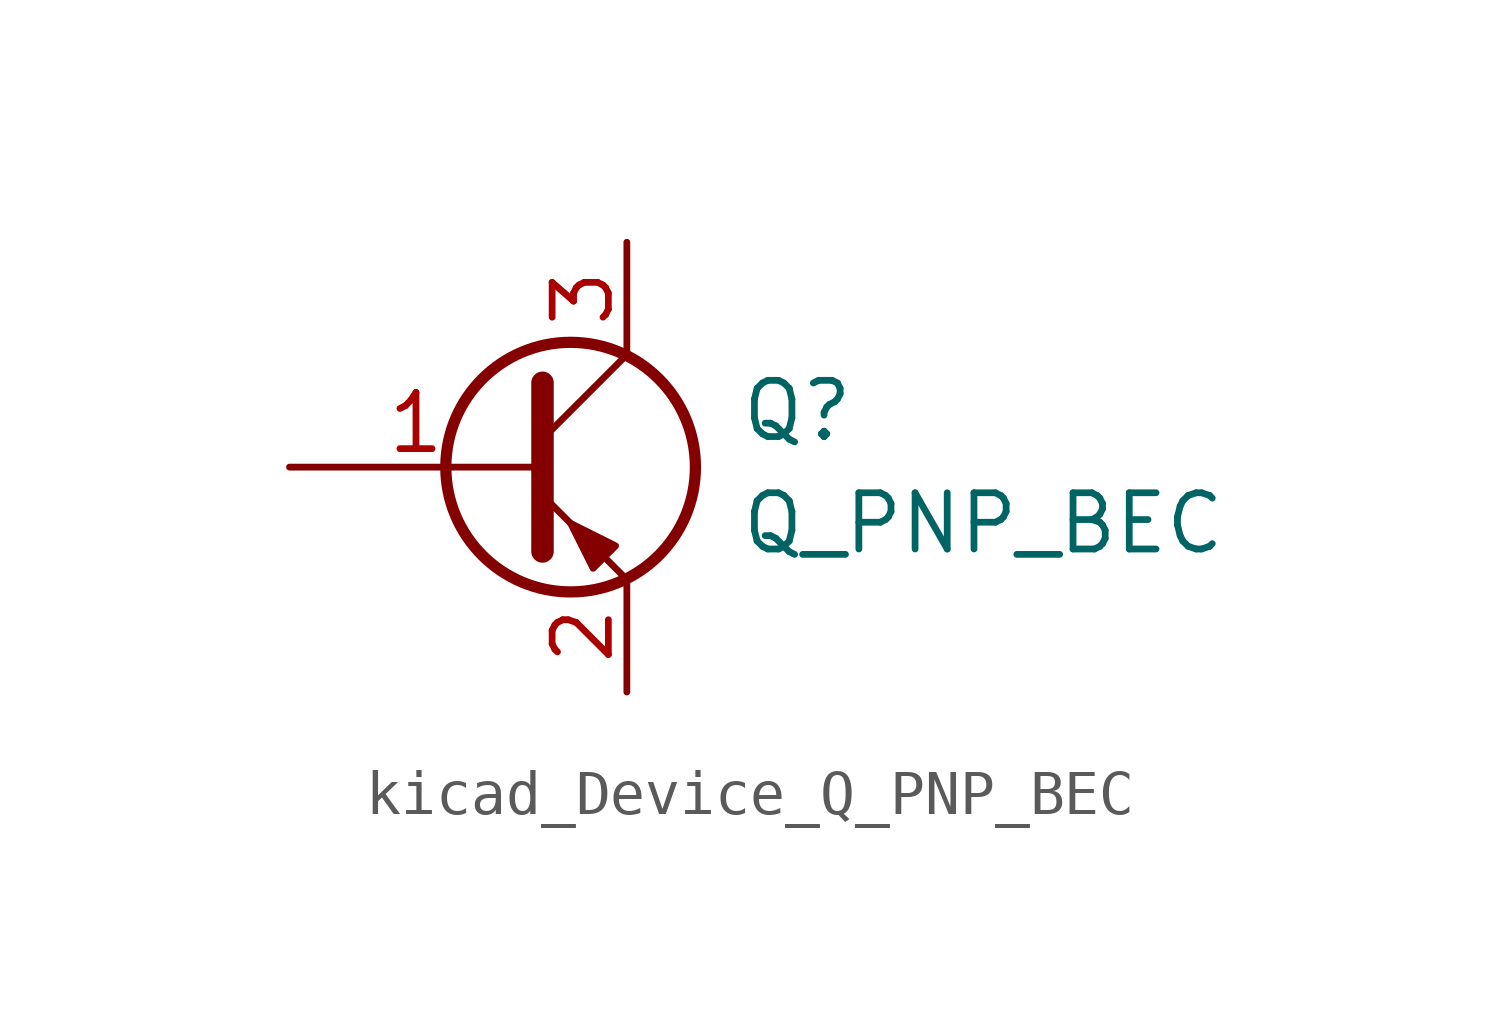
<source format=kicad_sym>
(kicad_symbol_lib
  (version 20220914)
  (generator kicad_symbol_editor)
  (symbol "kicad_Device_Q_PNP_BEC"
    (pin_names
      (offset 0) hide)
    (property "Reference" "Q"
      (at 5.08 1.27 0)
      (effects (font (size 1.27 1.27)) (justify left)))
    (property "Value" "Q_PNP_BEC"
      (at 5.08 -1.27 0)
      (effects (font (size 1.27 1.27)) (justify left)))
    (symbol "kicad_Device_Q_PNP_BEC_0_1"
      (polyline (pts (xy 0.635 0.635) (xy 2.54 2.54)) (stroke (width 0) (type default)) (fill (type none)))
      (polyline (pts (xy 0.635 -0.635) (xy 2.54 -2.54) (xy 2.54 -2.54)) (stroke (width 0) (type default)) (fill (type none)))
      (polyline (pts (xy 0.635 1.905) (xy 0.635 -1.905) (xy 0.635 -1.905)) (stroke (width 0.508) (type default)) (fill (type none)))
      (polyline (pts (xy 2.286 -1.778) (xy 1.778 -2.286) (xy 1.27 -1.27) (xy 2.286 -1.778) (xy 2.286 -1.778)) (stroke (width 0) (type default)) (fill (type outline)))
      (circle (center 1.27 0) (radius 2.819) (stroke (width 0.254) (type default)) (fill (type none))))
    (symbol "kicad_Device_Q_PNP_BEC_1_1"
      (pin input line (at -5.08 0 0) (length 5.715) (name "B" (effects (font (size 1.27 1.27)))) (number "1" (effects (font (size 1.27 1.27)))))
      (pin passive line (at 2.54 -5.08 90) (length 2.54) (name "E" (effects (font (size 1.27 1.27)))) (number "2" (effects (font (size 1.27 1.27)))))
      (pin passive line (at 2.54 5.08 270) (length 2.54) (name "C" (effects (font (size 1.27 1.27)))) (number "3" (effects (font (size 1.27 1.27))))))))
</source>
